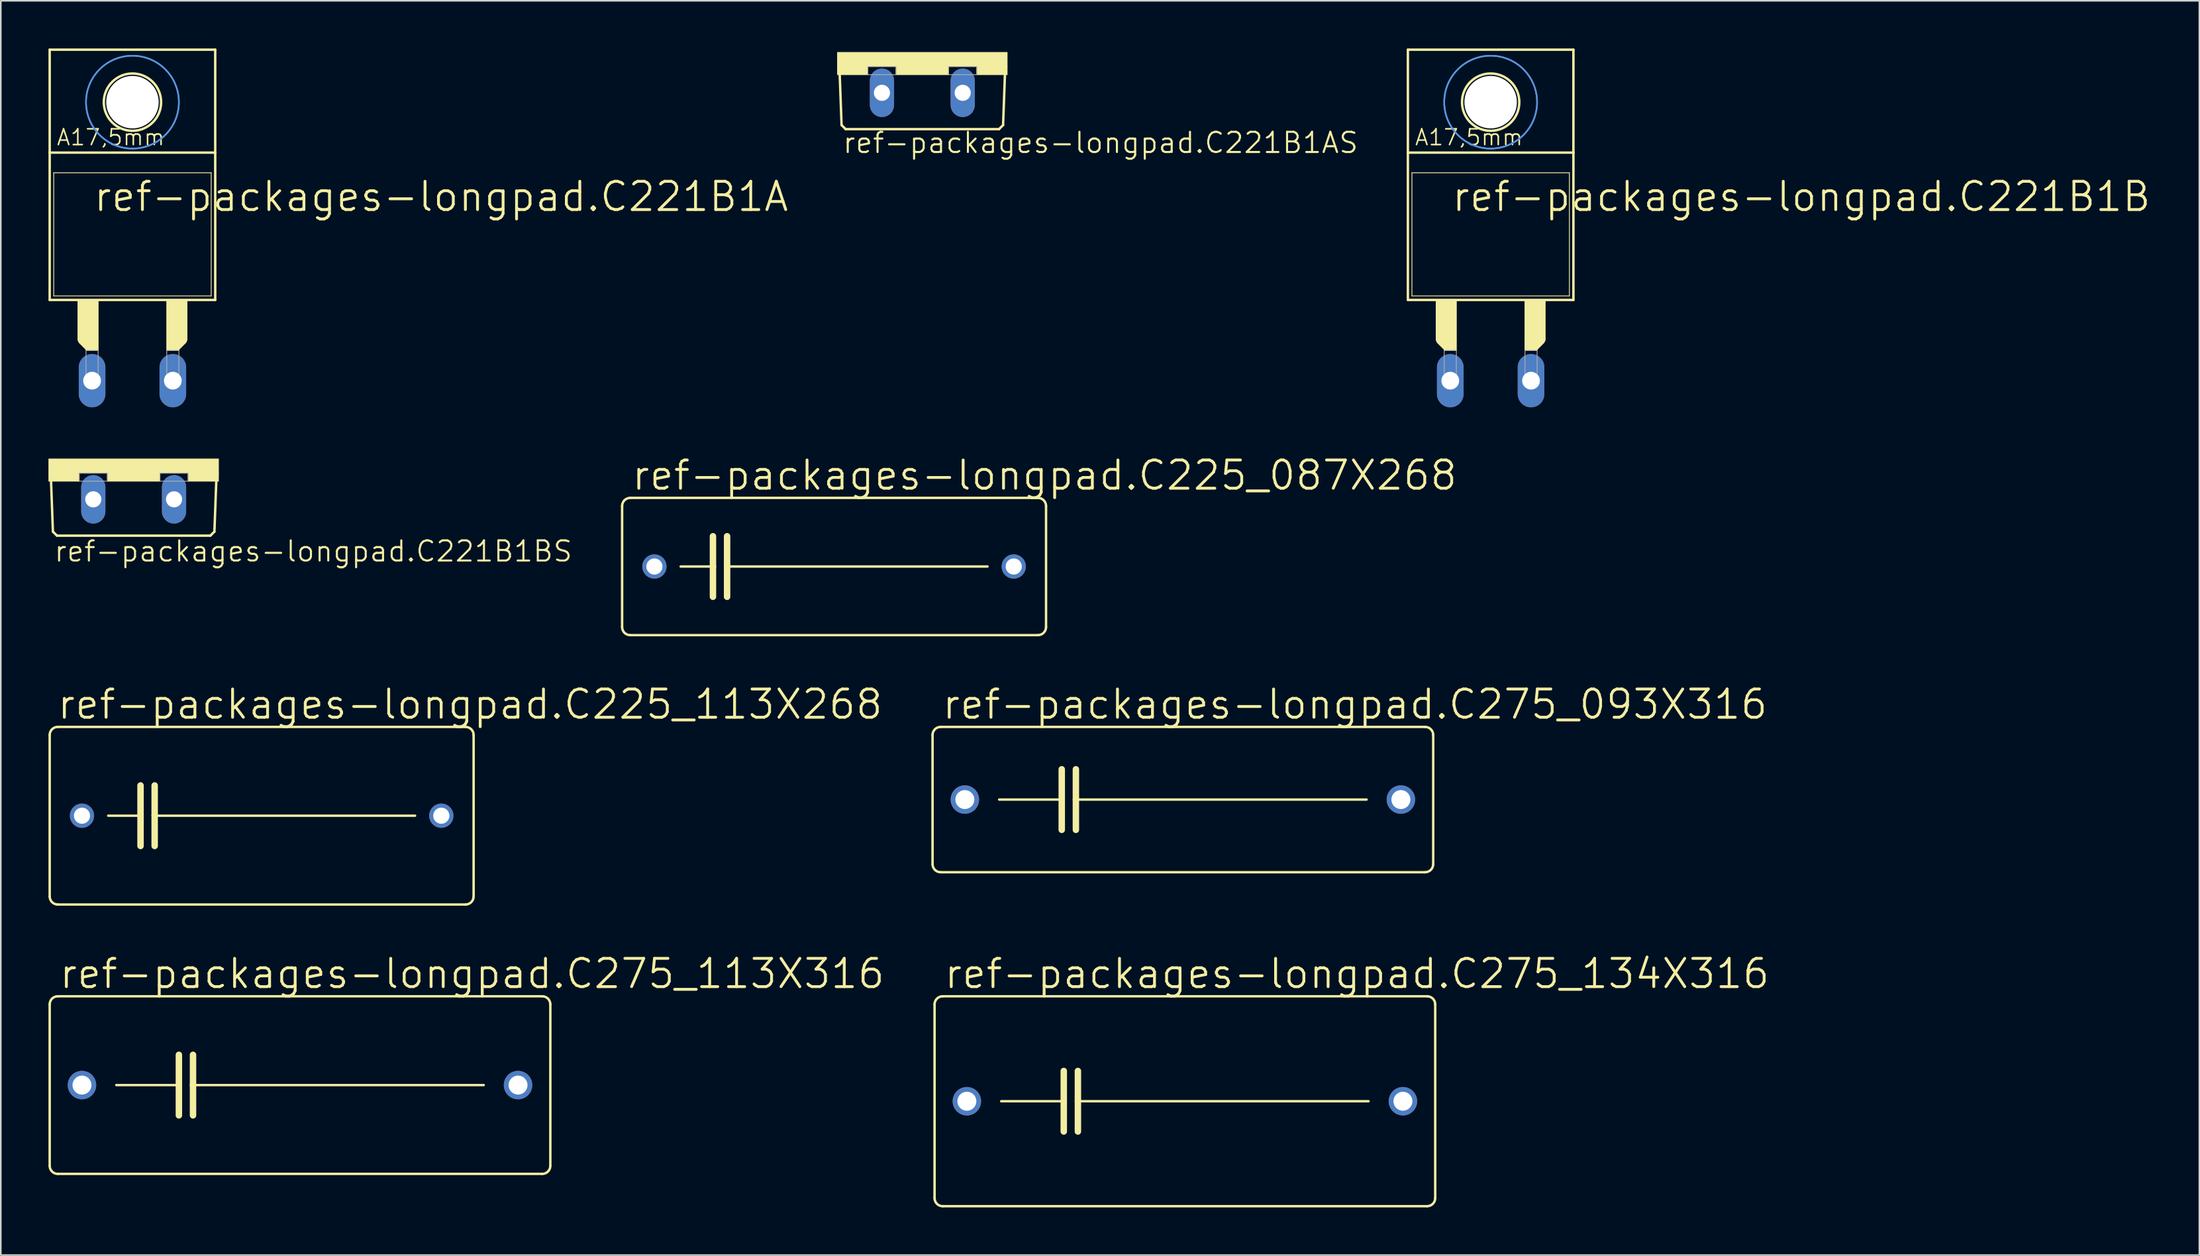
<source format=kicad_pcb>
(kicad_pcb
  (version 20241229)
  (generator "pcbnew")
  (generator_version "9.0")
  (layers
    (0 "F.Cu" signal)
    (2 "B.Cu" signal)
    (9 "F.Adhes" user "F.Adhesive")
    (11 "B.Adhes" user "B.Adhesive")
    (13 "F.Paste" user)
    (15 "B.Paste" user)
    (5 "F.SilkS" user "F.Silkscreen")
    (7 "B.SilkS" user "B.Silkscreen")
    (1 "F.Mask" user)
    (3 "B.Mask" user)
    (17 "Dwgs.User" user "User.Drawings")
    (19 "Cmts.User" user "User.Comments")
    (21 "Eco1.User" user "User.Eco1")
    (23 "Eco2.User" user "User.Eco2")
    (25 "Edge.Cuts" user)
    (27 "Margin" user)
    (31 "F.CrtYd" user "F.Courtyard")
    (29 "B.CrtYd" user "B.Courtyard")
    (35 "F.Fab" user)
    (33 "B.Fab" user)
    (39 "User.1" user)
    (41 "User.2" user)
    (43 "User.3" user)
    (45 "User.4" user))
  (footprint "ref-packages-longpad.C221B1A"
    (layer "F.Cu")
    (at 5.283 14.554)
    (property "Reference" "ref-packages-longpad.C221B1A" (at -2.54 -4.191 0) (layer "F.SilkS") (effects (font (size 1.778 1.778) (thickness 0.18)) (justify left bottom)))
    (attr through_hole)
    (fp_line (start -5.207 -8.001) (end -5.207 -14.478) (stroke (width 0.152) (type default)) (layer "F.SilkS"))
    (fp_line (start -5.207 1.27) (end -5.207 -8.001) (stroke (width 0.152) (type default)) (layer "F.SilkS"))
    (fp_line (start -5.207 1.27) (end 5.207 1.27) (stroke (width 0.152) (type default)) (layer "F.SilkS"))
    (fp_line (start -4.953 -6.731) (end -4.953 1.016) (stroke (width 0.051) (type default)) (layer "F.SilkS"))
    (fp_line (start -2.794 4.191) (end -3.175 3.81) (stroke (width 0.508) (type default)) (layer "F.SilkS"))
    (fp_line (start 3.175 3.81) (end 2.794 4.191) (stroke (width 0.508) (type default)) (layer "F.SilkS"))
    (fp_line (start 4.953 -6.731) (end -4.953 -6.731) (stroke (width 0.051) (type default)) (layer "F.SilkS"))
    (fp_line (start 4.953 -6.731) (end 4.953 1.016) (stroke (width 0.051) (type default)) (layer "F.SilkS"))
    (fp_line (start 4.953 1.016) (end -4.953 1.016) (stroke (width 0.051) (type default)) (layer "F.SilkS"))
    (fp_line (start 5.207 -14.478) (end -5.207 -14.478) (stroke (width 0.152) (type default)) (layer "F.SilkS"))
    (fp_line (start 5.207 -8.001) (end -5.207 -8.001) (stroke (width 0.152) (type default)) (layer "F.SilkS"))
    (fp_line (start 5.207 -8.001) (end 5.207 -14.478) (stroke (width 0.152) (type default)) (layer "F.SilkS"))
    (fp_line (start 5.207 1.27) (end 5.207 -8.001) (stroke (width 0.152) (type default)) (layer "F.SilkS"))
    (fp_rect (start -3.429 3.81) (end -2.159 1.27) (stroke (width 0.05) (type default)) (fill yes) (layer "F.SilkS"))
    (fp_rect (start -2.921 4.445) (end -2.159 3.81) (stroke (width 0.05) (type default)) (fill yes) (layer "F.SilkS"))
    (fp_rect (start 2.159 3.81) (end 3.429 1.27) (stroke (width 0.05) (type default)) (fill yes) (layer "F.SilkS"))
    (fp_rect (start 2.159 4.445) (end 2.921 3.81) (stroke (width 0.05) (type default)) (fill yes) (layer "F.SilkS"))
    (fp_circle (center 0 -11.176) (end 1.803 -11.176) (stroke (width 0.152) (type default)) (fill no) (layer "F.SilkS"))
    (fp_circle (center 0 -11.176) (end 2.921 -11.176) (stroke (width 0.1) (type default)) (fill no) (layer "Cmts.User"))
    (fp_circle (center 0 -11.176) (end 2.921 -11.176) (stroke (width 0.1) (type default)) (fill no) (layer "Cmts.User"))
    (fp_rect (start -2.921 6.35) (end -2.159 4.445) (stroke (width 0.05) (type default)) (fill no) (layer "F.Fab"))
    (fp_rect (start 2.159 6.35) (end 2.921 4.445) (stroke (width 0.05) (type default)) (fill no) (layer "F.Fab"))
    (fp_text user "A17,5mm" (at -4.826 -8.382 0) (layer "F.SilkS") (effects (font (size 0.991 0.991) (thickness 0.1)) (justify left bottom)))
    (pad "" np_thru_hole circle (at 0 -11.176) (size 3.302 3.302) (drill 3.302) (layers "*.Cu" "*.Mask"))
    (pad "A" thru_hole oval (at 2.54 6.35 90) (size 3.353 1.676) (drill 1.118) (layers "*.Cu" "*.Mask"))
    (pad "C" thru_hole oval (at -2.54 6.35 90) (size 3.353 1.676) (drill 1.118) (layers "*.Cu" "*.Mask")))
  (footprint "ref-packages-longpad.C225_087X268"
    (layer "F.Cu")
    (at 49.423 32.598)
    (property "Reference" "ref-packages-longpad.C225_087X268" (at -12.827 -4.699 0) (layer "F.SilkS") (effects (font (size 1.778 1.778) (thickness 0.18)) (justify left bottom)))
    (attr through_hole)
    (fp_line (start -13.335 3.81) (end -13.335 -3.81) (stroke (width 0.152) (type default)) (layer "F.SilkS"))
    (fp_line (start -12.827 -4.318) (end 12.827 -4.318) (stroke (width 0.152) (type default)) (layer "F.SilkS"))
    (fp_line (start -9.652 0) (end -7.62 0) (stroke (width 0.152) (type default)) (layer "F.SilkS"))
    (fp_line (start -7.62 -1.905) (end -7.62 0) (stroke (width 0.406) (type default)) (layer "F.SilkS"))
    (fp_line (start -7.62 0) (end -7.62 1.905) (stroke (width 0.406) (type default)) (layer "F.SilkS"))
    (fp_line (start -6.731 -1.905) (end -6.731 0) (stroke (width 0.406) (type default)) (layer "F.SilkS"))
    (fp_line (start -6.731 0) (end -6.731 1.905) (stroke (width 0.406) (type default)) (layer "F.SilkS"))
    (fp_line (start -6.731 0) (end 9.652 0) (stroke (width 0.152) (type default)) (layer "F.SilkS"))
    (fp_line (start 12.827 4.318) (end -12.827 4.318) (stroke (width 0.152) (type default)) (layer "F.SilkS"))
    (fp_line (start 13.335 -3.81) (end 13.335 3.81) (stroke (width 0.152) (type default)) (layer "F.SilkS"))
    (fp_arc (start -13.335 -3.81) (mid -13.18621 -4.16921) (end -12.827 -4.318) (stroke (width 0.1524) (type default)) (layer "F.SilkS"))
    (fp_arc (start -12.827 4.318) (mid -13.18621 4.16921) (end -13.335 3.81) (stroke (width 0.1524) (type default)) (layer "F.SilkS"))
    (fp_arc (start 12.827 -4.318) (mid 13.18621 -4.16921) (end 13.335 -3.81) (stroke (width 0.1524) (type default)) (layer "F.SilkS"))
    (fp_arc (start 13.335 3.81) (mid 13.18621 4.16921) (end 12.827 4.318) (stroke (width 0.1524) (type default)) (layer "F.SilkS"))
    (pad "1" thru_hole circle (at -11.303 0) (size 1.524 1.524) (drill 1.016) (layers "*.Cu" "*.Mask"))
    (pad "2" thru_hole circle (at 11.303 0) (size 1.524 1.524) (drill 1.016) (layers "*.Cu" "*.Mask")))
  (footprint "ref-packages-longpad.C275_134X316"
    (layer "F.Cu")
    (at 71.493 66.246)
    (property "Reference" "ref-packages-longpad.C275_134X316" (at -15.24 -6.985 0) (layer "F.SilkS") (effects (font (size 1.778 1.778) (thickness 0.18)) (justify left bottom)))
    (attr through_hole)
    (fp_line (start -15.748 6.096) (end -15.748 -6.096) (stroke (width 0.152) (type default)) (layer "F.SilkS"))
    (fp_line (start -15.24 -6.604) (end 15.24 -6.604) (stroke (width 0.152) (type default)) (layer "F.SilkS"))
    (fp_line (start -11.557 0) (end -7.62 0) (stroke (width 0.152) (type default)) (layer "F.SilkS"))
    (fp_line (start -7.62 -1.905) (end -7.62 0) (stroke (width 0.406) (type default)) (layer "F.SilkS"))
    (fp_line (start -7.62 0) (end -7.62 1.905) (stroke (width 0.406) (type default)) (layer "F.SilkS"))
    (fp_line (start -6.731 -1.905) (end -6.731 0) (stroke (width 0.406) (type default)) (layer "F.SilkS"))
    (fp_line (start -6.731 0) (end -6.731 1.905) (stroke (width 0.406) (type default)) (layer "F.SilkS"))
    (fp_line (start -6.731 0) (end 11.557 0) (stroke (width 0.152) (type default)) (layer "F.SilkS"))
    (fp_line (start 15.24 6.604) (end -15.24 6.604) (stroke (width 0.152) (type default)) (layer "F.SilkS"))
    (fp_line (start 15.748 -6.096) (end 15.748 6.096) (stroke (width 0.152) (type default)) (layer "F.SilkS"))
    (fp_arc (start -15.748 -6.096) (mid -15.59921 -6.45521) (end -15.24 -6.604) (stroke (width 0.1524) (type default)) (layer "F.SilkS"))
    (fp_arc (start -15.24 6.604) (mid -15.59921 6.45521) (end -15.748 6.096) (stroke (width 0.1524) (type default)) (layer "F.SilkS"))
    (fp_arc (start 15.24 -6.604) (mid 15.59921 -6.45521) (end 15.748 -6.096) (stroke (width 0.1524) (type default)) (layer "F.SilkS"))
    (fp_arc (start 15.748 6.096) (mid 15.59921 6.45521) (end 15.24 6.604) (stroke (width 0.1524) (type default)) (layer "F.SilkS"))
    (pad "1" thru_hole circle (at -13.716 0) (size 1.791 1.791) (drill 1.194) (layers "*.Cu" "*.Mask"))
    (pad "2" thru_hole circle (at 13.716 0) (size 1.791 1.791) (drill 1.194) (layers "*.Cu" "*.Mask")))
  (footprint "ref-packages-longpad.C225_113X268"
    (layer "F.Cu")
    (at 13.411 48.279)
    (property "Reference" "ref-packages-longpad.C225_113X268" (at -12.954 -5.969 0) (layer "F.SilkS") (effects (font (size 1.778 1.778) (thickness 0.18)) (justify left bottom)))
    (attr through_hole)
    (fp_line (start -13.335 5.08) (end -13.335 -5.08) (stroke (width 0.152) (type default)) (layer "F.SilkS"))
    (fp_line (start -12.827 -5.588) (end 12.827 -5.588) (stroke (width 0.152) (type default)) (layer "F.SilkS"))
    (fp_line (start -9.652 0) (end -7.62 0) (stroke (width 0.152) (type default)) (layer "F.SilkS"))
    (fp_line (start -7.62 -1.905) (end -7.62 0) (stroke (width 0.406) (type default)) (layer "F.SilkS"))
    (fp_line (start -7.62 0) (end -7.62 1.905) (stroke (width 0.406) (type default)) (layer "F.SilkS"))
    (fp_line (start -6.731 -1.905) (end -6.731 0) (stroke (width 0.406) (type default)) (layer "F.SilkS"))
    (fp_line (start -6.731 0) (end -6.731 1.905) (stroke (width 0.406) (type default)) (layer "F.SilkS"))
    (fp_line (start -6.731 0) (end 9.652 0) (stroke (width 0.152) (type default)) (layer "F.SilkS"))
    (fp_line (start 12.827 5.588) (end -12.827 5.588) (stroke (width 0.152) (type default)) (layer "F.SilkS"))
    (fp_line (start 13.335 -5.08) (end 13.335 5.08) (stroke (width 0.152) (type default)) (layer "F.SilkS"))
    (fp_arc (start -13.335 -5.08) (mid -13.18621 -5.43921) (end -12.827 -5.588) (stroke (width 0.1524) (type default)) (layer "F.SilkS"))
    (fp_arc (start -12.827 5.588) (mid -13.18621 5.43921) (end -13.335 5.08) (stroke (width 0.1524) (type default)) (layer "F.SilkS"))
    (fp_arc (start 12.827 -5.588) (mid 13.18621 -5.43921) (end 13.335 -5.08) (stroke (width 0.1524) (type default)) (layer "F.SilkS"))
    (fp_arc (start 13.335 5.08) (mid 13.18621 5.43921) (end 12.827 5.588) (stroke (width 0.1524) (type default)) (layer "F.SilkS"))
    (pad "1" thru_hole circle (at -11.303 0) (size 1.524 1.524) (drill 1.016) (layers "*.Cu" "*.Mask"))
    (pad "2" thru_hole circle (at 11.303 0) (size 1.524 1.524) (drill 1.016) (layers "*.Cu" "*.Mask")))
  (footprint "ref-packages-longpad.C221B1AS"
    (layer "F.Cu")
    (at 54.975 0.25)
    (property "Reference" "ref-packages-longpad.C221B1AS" (at -5.08 6.426 0) (layer "F.SilkS") (effects (font (size 1.27 1.27) (thickness 0.13)) (justify left bottom)))
    (attr through_hole)
    (fp_line (start -5.08 4.572) (end -5.207 1.143) (stroke (width 0.152) (type default)) (layer "F.SilkS"))
    (fp_line (start -5.08 4.572) (end -4.826 4.826) (stroke (width 0.152) (type default)) (layer "F.SilkS"))
    (fp_line (start 4.826 4.826) (end -4.826 4.826) (stroke (width 0.152) (type default)) (layer "F.SilkS"))
    (fp_line (start 4.826 4.826) (end 5.08 4.572) (stroke (width 0.152) (type default)) (layer "F.SilkS"))
    (fp_line (start 5.207 1.143) (end 5.08 4.572) (stroke (width 0.152) (type default)) (layer "F.SilkS"))
    (fp_rect (start -5.334 0.889) (end 5.334 0) (stroke (width 0.05) (type default)) (fill yes) (layer "F.SilkS"))
    (fp_rect (start -5.334 1.397) (end -3.429 0.889) (stroke (width 0.05) (type default)) (fill yes) (layer "F.SilkS"))
    (fp_rect (start -1.651 1.397) (end 1.651 0.889) (stroke (width 0.05) (type default)) (fill yes) (layer "F.SilkS"))
    (fp_rect (start 3.429 1.397) (end 5.334 0.889) (stroke (width 0.05) (type default)) (fill yes) (layer "F.SilkS"))
    (fp_rect (start -3.429 1.397) (end -1.651 0.889) (stroke (width 0.05) (type default)) (fill no) (layer "F.Fab"))
    (fp_rect (start 1.651 1.397) (end 3.429 0.889) (stroke (width 0.05) (type default)) (fill no) (layer "F.Fab"))
    (pad "A" thru_hole oval (at 2.54 2.54 90) (size 3.048 1.524) (drill 1.016) (layers "*.Cu" "*.Mask"))
    (pad "C" thru_hole oval (at -2.54 2.54 90) (size 3.048 1.524) (drill 1.016) (layers "*.Cu" "*.Mask")))
  (footprint "ref-packages-longpad.C221B1B"
    (layer "F.Cu")
    (at 90.729 14.554)
    (property "Reference" "ref-packages-longpad.C221B1B" (at -2.54 -4.191 0) (layer "F.SilkS") (effects (font (size 1.778 1.778) (thickness 0.18)) (justify left bottom)))
    (attr through_hole)
    (fp_line (start -5.207 -8.001) (end -5.207 -14.478) (stroke (width 0.152) (type default)) (layer "F.SilkS"))
    (fp_line (start -5.207 1.27) (end -5.207 -8.001) (stroke (width 0.152) (type default)) (layer "F.SilkS"))
    (fp_line (start -5.207 1.27) (end 5.207 1.27) (stroke (width 0.152) (type default)) (layer "F.SilkS"))
    (fp_line (start -4.953 -6.731) (end -4.953 1.016) (stroke (width 0.051) (type default)) (layer "F.SilkS"))
    (fp_line (start -2.794 4.191) (end -3.175 3.81) (stroke (width 0.508) (type default)) (layer "F.SilkS"))
    (fp_line (start 3.175 3.81) (end 2.794 4.191) (stroke (width 0.508) (type default)) (layer "F.SilkS"))
    (fp_line (start 4.953 -6.731) (end -4.953 -6.731) (stroke (width 0.051) (type default)) (layer "F.SilkS"))
    (fp_line (start 4.953 -6.731) (end 4.953 1.016) (stroke (width 0.051) (type default)) (layer "F.SilkS"))
    (fp_line (start 4.953 1.016) (end -4.953 1.016) (stroke (width 0.051) (type default)) (layer "F.SilkS"))
    (fp_line (start 5.207 -14.478) (end -5.207 -14.478) (stroke (width 0.152) (type default)) (layer "F.SilkS"))
    (fp_line (start 5.207 -8.001) (end -5.207 -8.001) (stroke (width 0.152) (type default)) (layer "F.SilkS"))
    (fp_line (start 5.207 -8.001) (end 5.207 -14.478) (stroke (width 0.152) (type default)) (layer "F.SilkS"))
    (fp_line (start 5.207 1.27) (end 5.207 -8.001) (stroke (width 0.152) (type default)) (layer "F.SilkS"))
    (fp_rect (start -3.429 3.81) (end -2.159 1.27) (stroke (width 0.05) (type default)) (fill yes) (layer "F.SilkS"))
    (fp_rect (start -2.921 4.445) (end -2.159 3.81) (stroke (width 0.05) (type default)) (fill yes) (layer "F.SilkS"))
    (fp_rect (start 2.159 3.81) (end 3.429 1.27) (stroke (width 0.05) (type default)) (fill yes) (layer "F.SilkS"))
    (fp_rect (start 2.159 4.445) (end 2.921 3.81) (stroke (width 0.05) (type default)) (fill yes) (layer "F.SilkS"))
    (fp_circle (center 0 -11.176) (end 1.803 -11.176) (stroke (width 0.152) (type default)) (fill no) (layer "F.SilkS"))
    (fp_circle (center 0 -11.176) (end 2.921 -11.176) (stroke (width 0.1) (type default)) (fill no) (layer "Cmts.User"))
    (fp_circle (center 0 -11.176) (end 2.921 -11.176) (stroke (width 0.1) (type default)) (fill no) (layer "Cmts.User"))
    (fp_rect (start -2.921 6.35) (end -2.159 4.445) (stroke (width 0.05) (type default)) (fill no) (layer "F.Fab"))
    (fp_rect (start 2.159 6.35) (end 2.921 4.445) (stroke (width 0.05) (type default)) (fill no) (layer "F.Fab"))
    (fp_text user "A17,5mm" (at -4.826 -8.382 0) (layer "F.SilkS") (effects (font (size 0.991 0.991) (thickness 0.1)) (justify left bottom)))
    (pad "" np_thru_hole circle (at 0 -11.176) (size 3.302 3.302) (drill 3.302) (layers "*.Cu" "*.Mask"))
    (pad "A" thru_hole oval (at -2.54 6.35 90) (size 3.353 1.676) (drill 1.118) (layers "*.Cu" "*.Mask"))
    (pad "C" thru_hole oval (at 2.54 6.35 90) (size 3.353 1.676) (drill 1.118) (layers "*.Cu" "*.Mask")))
  (footprint "ref-packages-longpad.C275_113X316"
    (layer "F.Cu")
    (at 15.824 65.23)
    (property "Reference" "ref-packages-longpad.C275_113X316" (at -15.24 -5.969 0) (layer "F.SilkS") (effects (font (size 1.778 1.778) (thickness 0.18)) (justify left bottom)))
    (attr through_hole)
    (fp_line (start -15.748 5.08) (end -15.748 -5.08) (stroke (width 0.152) (type default)) (layer "F.SilkS"))
    (fp_line (start -15.24 -5.588) (end 15.24 -5.588) (stroke (width 0.152) (type default)) (layer "F.SilkS"))
    (fp_line (start -11.557 0) (end -7.62 0) (stroke (width 0.152) (type default)) (layer "F.SilkS"))
    (fp_line (start -7.62 -1.905) (end -7.62 0) (stroke (width 0.406) (type default)) (layer "F.SilkS"))
    (fp_line (start -7.62 0) (end -7.62 1.905) (stroke (width 0.406) (type default)) (layer "F.SilkS"))
    (fp_line (start -6.731 -1.905) (end -6.731 0) (stroke (width 0.406) (type default)) (layer "F.SilkS"))
    (fp_line (start -6.731 0) (end -6.731 1.905) (stroke (width 0.406) (type default)) (layer "F.SilkS"))
    (fp_line (start -6.731 0) (end 11.557 0) (stroke (width 0.152) (type default)) (layer "F.SilkS"))
    (fp_line (start 15.24 5.588) (end -15.24 5.588) (stroke (width 0.152) (type default)) (layer "F.SilkS"))
    (fp_line (start 15.748 -5.08) (end 15.748 5.08) (stroke (width 0.152) (type default)) (layer "F.SilkS"))
    (fp_arc (start -15.748 -5.08) (mid -15.59921 -5.43921) (end -15.24 -5.588) (stroke (width 0.1524) (type default)) (layer "F.SilkS"))
    (fp_arc (start -15.24 5.588) (mid -15.59921 5.43921) (end -15.748 5.08) (stroke (width 0.1524) (type default)) (layer "F.SilkS"))
    (fp_arc (start 15.24 -5.588) (mid 15.59921 -5.43921) (end 15.748 -5.08) (stroke (width 0.1524) (type default)) (layer "F.SilkS"))
    (fp_arc (start 15.748 5.08) (mid 15.59921 5.43921) (end 15.24 5.588) (stroke (width 0.1524) (type default)) (layer "F.SilkS"))
    (pad "1" thru_hole circle (at -13.716 0) (size 1.791 1.791) (drill 1.194) (layers "*.Cu" "*.Mask"))
    (pad "2" thru_hole circle (at 13.716 0) (size 1.791 1.791) (drill 1.194) (layers "*.Cu" "*.Mask")))
  (footprint "ref-packages-longpad.C221B1BS"
    (layer "F.Cu")
    (at 5.359 25.831)
    (property "Reference" "ref-packages-longpad.C221B1BS" (at -5.08 6.553 0) (layer "F.SilkS") (effects (font (size 1.27 1.27) (thickness 0.13)) (justify left bottom)))
    (attr through_hole)
    (fp_line (start -5.08 4.572) (end -5.207 1.143) (stroke (width 0.152) (type default)) (layer "F.SilkS"))
    (fp_line (start -5.08 4.572) (end -4.826 4.826) (stroke (width 0.152) (type default)) (layer "F.SilkS"))
    (fp_line (start 4.826 4.826) (end -4.826 4.826) (stroke (width 0.152) (type default)) (layer "F.SilkS"))
    (fp_line (start 4.826 4.826) (end 5.08 4.572) (stroke (width 0.152) (type default)) (layer "F.SilkS"))
    (fp_line (start 5.207 1.143) (end 5.08 4.572) (stroke (width 0.152) (type default)) (layer "F.SilkS"))
    (fp_rect (start -5.334 0.889) (end 5.334 0) (stroke (width 0.05) (type default)) (fill yes) (layer "F.SilkS"))
    (fp_rect (start -5.334 1.397) (end -3.429 0.889) (stroke (width 0.05) (type default)) (fill yes) (layer "F.SilkS"))
    (fp_rect (start -1.651 1.397) (end 1.651 0.889) (stroke (width 0.05) (type default)) (fill yes) (layer "F.SilkS"))
    (fp_rect (start 3.429 1.397) (end 5.334 0.889) (stroke (width 0.05) (type default)) (fill yes) (layer "F.SilkS"))
    (fp_rect (start -3.429 1.397) (end -1.651 0.889) (stroke (width 0.05) (type default)) (fill no) (layer "F.Fab"))
    (fp_rect (start 1.651 1.397) (end 3.429 0.889) (stroke (width 0.05) (type default)) (fill no) (layer "F.Fab"))
    (pad "A" thru_hole oval (at -2.54 2.54 90) (size 3.048 1.524) (drill 1.016) (layers "*.Cu" "*.Mask"))
    (pad "C" thru_hole oval (at 2.54 2.54 90) (size 3.048 1.524) (drill 1.016) (layers "*.Cu" "*.Mask")))
  (footprint "ref-packages-longpad.C275_093X316"
    (layer "F.Cu")
    (at 71.366 47.263)
    (property "Reference" "ref-packages-longpad.C275_093X316" (at -15.24 -4.953 0) (layer "F.SilkS") (effects (font (size 1.778 1.778) (thickness 0.18)) (justify left bottom)))
    (attr through_hole)
    (fp_line (start -15.748 4.064) (end -15.748 -4.064) (stroke (width 0.152) (type default)) (layer "F.SilkS"))
    (fp_line (start -15.24 -4.572) (end 15.24 -4.572) (stroke (width 0.152) (type default)) (layer "F.SilkS"))
    (fp_line (start -11.557 0) (end -7.62 0) (stroke (width 0.152) (type default)) (layer "F.SilkS"))
    (fp_line (start -7.62 -1.905) (end -7.62 0) (stroke (width 0.406) (type default)) (layer "F.SilkS"))
    (fp_line (start -7.62 0) (end -7.62 1.905) (stroke (width 0.406) (type default)) (layer "F.SilkS"))
    (fp_line (start -6.731 -1.905) (end -6.731 0) (stroke (width 0.406) (type default)) (layer "F.SilkS"))
    (fp_line (start -6.731 0) (end -6.731 1.905) (stroke (width 0.406) (type default)) (layer "F.SilkS"))
    (fp_line (start -6.731 0) (end 11.557 0) (stroke (width 0.152) (type default)) (layer "F.SilkS"))
    (fp_line (start 15.24 4.572) (end -15.24 4.572) (stroke (width 0.152) (type default)) (layer "F.SilkS"))
    (fp_line (start 15.748 -4.064) (end 15.748 4.064) (stroke (width 0.152) (type default)) (layer "F.SilkS"))
    (fp_arc (start -15.748 -4.064) (mid -15.59921 -4.42321) (end -15.24 -4.572) (stroke (width 0.1524) (type default)) (layer "F.SilkS"))
    (fp_arc (start -15.24 4.572) (mid -15.59921 4.42321) (end -15.748 4.064) (stroke (width 0.1524) (type default)) (layer "F.SilkS"))
    (fp_arc (start 15.24 -4.572) (mid 15.59921 -4.42321) (end 15.748 -4.064) (stroke (width 0.1524) (type default)) (layer "F.SilkS"))
    (fp_arc (start 15.748 4.064) (mid 15.59921 4.42321) (end 15.24 4.572) (stroke (width 0.1524) (type default)) (layer "F.SilkS"))
    (pad "1" thru_hole circle (at -13.716 0) (size 1.791 1.791) (drill 1.194) (layers "*.Cu" "*.Mask"))
    (pad "2" thru_hole circle (at 13.716 0) (size 1.791 1.791) (drill 1.194) (layers "*.Cu" "*.Mask")))
  (gr_rect
    (start -3 -3)
    (end 135.315 75.926)
    (stroke (width 0.1) (type default))
    (fill no)
    (layer "Edge.Cuts")))
</source>
